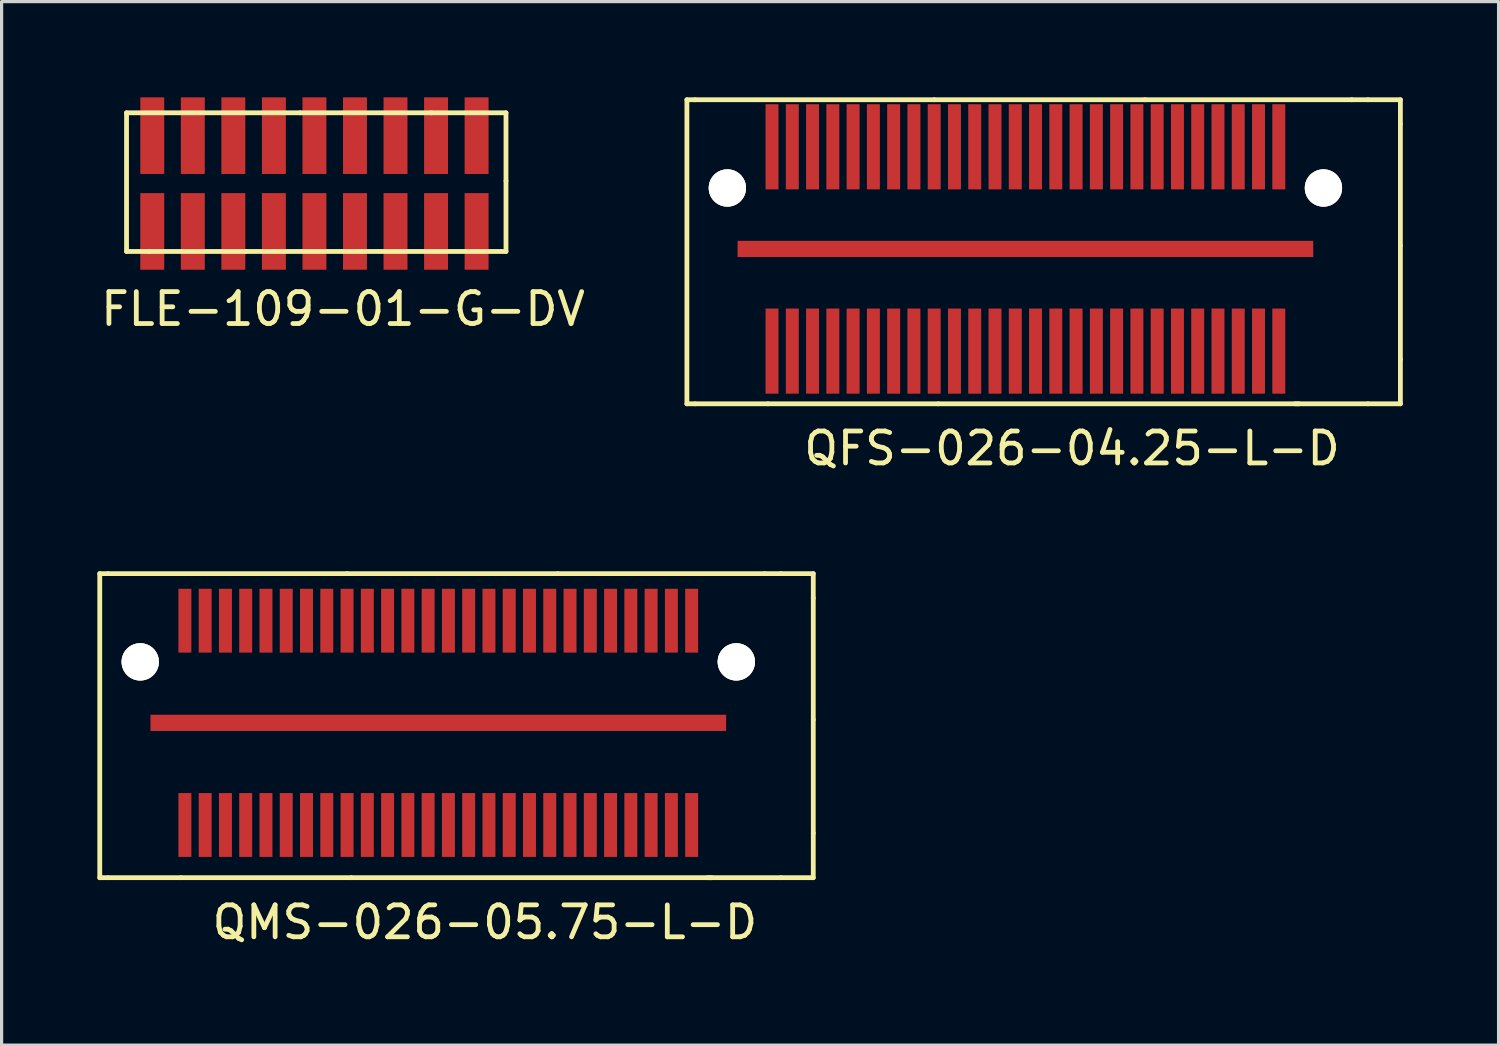
<source format=kicad_pcb>
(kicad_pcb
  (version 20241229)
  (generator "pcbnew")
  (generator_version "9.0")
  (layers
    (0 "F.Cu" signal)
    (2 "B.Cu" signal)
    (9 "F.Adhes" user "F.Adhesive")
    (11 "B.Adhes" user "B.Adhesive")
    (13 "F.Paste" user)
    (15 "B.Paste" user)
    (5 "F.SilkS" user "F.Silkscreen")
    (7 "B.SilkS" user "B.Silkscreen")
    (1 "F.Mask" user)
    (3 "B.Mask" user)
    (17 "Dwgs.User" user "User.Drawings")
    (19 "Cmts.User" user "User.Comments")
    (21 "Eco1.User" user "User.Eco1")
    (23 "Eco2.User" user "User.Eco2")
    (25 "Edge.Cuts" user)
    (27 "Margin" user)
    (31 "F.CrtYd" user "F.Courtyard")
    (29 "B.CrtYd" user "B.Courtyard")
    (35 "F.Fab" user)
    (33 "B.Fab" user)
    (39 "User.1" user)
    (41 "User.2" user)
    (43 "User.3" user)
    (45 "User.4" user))
  (footprint "QFS-026-04.25-L-D"
    (layer "F.Cu")
    (at 29.009 5.028)
    (property "Reference" "QFS-026-04.25-L-D" (at 1.524 5.969 0) (layer "F.SilkS") (effects (font (size 1 1) (thickness 0.15))))
    (attr through_hole)
    (fp_line (start -10.541 -4.953) (end -10.287 -4.953) (stroke (width 0.15) (type solid)) (layer "F.SilkS"))
    (fp_line (start -10.541 4.572) (end -10.541 -4.953) (stroke (width 0.15) (type solid)) (layer "F.SilkS"))
    (fp_line (start -10.287 -4.953) (end -2.794 -4.953) (stroke (width 0.15) (type solid)) (layer "F.SilkS"))
    (fp_line (start -10.287 4.572) (end -10.541 4.572) (stroke (width 0.15) (type solid)) (layer "F.SilkS"))
    (fp_line (start -8.001 4.572) (end -10.287 4.572) (stroke (width 0.15) (type solid)) (layer "F.SilkS"))
    (fp_line (start -2.794 -4.953) (end 3.81 -4.953) (stroke (width 0.15) (type solid)) (layer "F.SilkS"))
    (fp_line (start -2.667 4.572) (end -8.001 4.572) (stroke (width 0.15) (type solid)) (layer "F.SilkS"))
    (fp_line (start 3.81 -4.953) (end 10.287 -4.953) (stroke (width 0.15) (type solid)) (layer "F.SilkS"))
    (fp_line (start 8.509 4.572) (end 10.795 4.572) (stroke (width 0.15) (type solid)) (layer "F.SilkS"))
    (fp_line (start 8.636 4.572) (end -2.667 4.572) (stroke (width 0.15) (type solid)) (layer "F.SilkS"))
    (fp_line (start 10.287 -4.953) (end 10.795 -4.953) (stroke (width 0.15) (type solid)) (layer "F.SilkS"))
    (fp_line (start 10.795 4.572) (end 11.811 4.572) (stroke (width 0.15) (type solid)) (layer "F.SilkS"))
    (fp_line (start 11.811 -4.953) (end 10.795 -4.953) (stroke (width 0.15) (type solid)) (layer "F.SilkS"))
    (fp_line (start 11.811 -4.191) (end 11.811 -4.953) (stroke (width 0.15) (type solid)) (layer "F.SilkS"))
    (fp_line (start 11.811 -0.381) (end 11.811 -4.191) (stroke (width 0.15) (type solid)) (layer "F.SilkS"))
    (fp_line (start 11.811 3.175) (end 11.811 -0.381) (stroke (width 0.15) (type solid)) (layer "F.SilkS"))
    (fp_line (start 11.811 4.572) (end 11.811 3.175) (stroke (width 0.15) (type solid)) (layer "F.SilkS"))
    (pad "1" smd rect (at -7.874 -3.479 90) (size 2.667 0.406) (layers "F.Cu" "F.Mask" "F.Paste"))
    (pad "2" smd rect (at -7.874 2.921 90) (size 2.667 0.406) (layers "F.Cu" "F.Mask" "F.Paste"))
    (pad "3" smd rect (at -7.239 -3.479 90) (size 2.667 0.406) (layers "F.Cu" "F.Mask" "F.Paste"))
    (pad "4" smd rect (at -7.239 2.921 90) (size 2.667 0.406) (layers "F.Cu" "F.Mask" "F.Paste"))
    (pad "5" smd rect (at -6.604 -3.479 90) (size 2.667 0.406) (layers "F.Cu" "F.Mask" "F.Paste"))
    (pad "6" smd rect (at -6.604 2.921 90) (size 2.667 0.406) (layers "F.Cu" "F.Mask" "F.Paste"))
    (pad "7" smd rect (at -5.969 -3.479 90) (size 2.667 0.406) (layers "F.Cu" "F.Mask" "F.Paste"))
    (pad "8" smd rect (at -5.969 2.921 90) (size 2.667 0.406) (layers "F.Cu" "F.Mask" "F.Paste"))
    (pad "9" smd rect (at -5.334 -3.479 90) (size 2.667 0.406) (layers "F.Cu" "F.Mask" "F.Paste"))
    (pad "10" smd rect (at -5.334 2.921 90) (size 2.667 0.406) (layers "F.Cu" "F.Mask" "F.Paste"))
    (pad "11" smd rect (at -4.699 -3.479 90) (size 2.667 0.406) (layers "F.Cu" "F.Mask" "F.Paste"))
    (pad "12" smd rect (at -4.699 2.921 90) (size 2.667 0.406) (layers "F.Cu" "F.Mask" "F.Paste"))
    (pad "13" smd rect (at -4.064 -3.479 90) (size 2.667 0.406) (layers "F.Cu" "F.Mask" "F.Paste"))
    (pad "14" smd rect (at -4.064 2.921 90) (size 2.667 0.406) (layers "F.Cu" "F.Mask" "F.Paste"))
    (pad "15" smd rect (at -3.429 -3.479 90) (size 2.667 0.406) (layers "F.Cu" "F.Mask" "F.Paste"))
    (pad "16" smd rect (at -3.429 2.921 90) (size 2.667 0.406) (layers "F.Cu" "F.Mask" "F.Paste"))
    (pad "17" smd rect (at -2.794 -3.479 90) (size 2.667 0.406) (layers "F.Cu" "F.Mask" "F.Paste"))
    (pad "18" smd rect (at -2.794 2.921 90) (size 2.667 0.406) (layers "F.Cu" "F.Mask" "F.Paste"))
    (pad "19" smd rect (at -2.159 -3.479 90) (size 2.667 0.406) (layers "F.Cu" "F.Mask" "F.Paste"))
    (pad "20" smd rect (at -2.159 2.921 90) (size 2.667 0.406) (layers "F.Cu" "F.Mask" "F.Paste"))
    (pad "21" smd rect (at -1.524 -3.479 90) (size 2.667 0.406) (layers "F.Cu" "F.Mask" "F.Paste"))
    (pad "22" smd rect (at -1.524 2.921 90) (size 2.667 0.406) (layers "F.Cu" "F.Mask" "F.Paste"))
    (pad "23" smd rect (at -0.889 -3.479 90) (size 2.667 0.406) (layers "F.Cu" "F.Mask" "F.Paste"))
    (pad "24" smd rect (at -0.889 2.921 90) (size 2.667 0.406) (layers "F.Cu" "F.Mask" "F.Paste"))
    (pad "25" smd rect (at -0.254 -3.479 90) (size 2.667 0.406) (layers "F.Cu" "F.Mask" "F.Paste"))
    (pad "26" smd rect (at -0.254 2.921 90) (size 2.667 0.406) (layers "F.Cu" "F.Mask" "F.Paste"))
    (pad "27" smd rect (at 0.381 -3.479 90) (size 2.667 0.406) (layers "F.Cu" "F.Mask" "F.Paste"))
    (pad "28" smd rect (at 0.381 2.921 90) (size 2.667 0.406) (layers "F.Cu" "F.Mask" "F.Paste"))
    (pad "29" smd rect (at 1.016 -3.479 90) (size 2.667 0.406) (layers "F.Cu" "F.Mask" "F.Paste"))
    (pad "30" smd rect (at 1.016 2.921 90) (size 2.667 0.406) (layers "F.Cu" "F.Mask" "F.Paste"))
    (pad "31" smd rect (at 1.651 -3.479 90) (size 2.667 0.406) (layers "F.Cu" "F.Mask" "F.Paste"))
    (pad "32" smd rect (at 1.651 2.921 90) (size 2.667 0.406) (layers "F.Cu" "F.Mask" "F.Paste"))
    (pad "33" smd rect (at 2.286 -3.479 90) (size 2.667 0.406) (layers "F.Cu" "F.Mask" "F.Paste"))
    (pad "34" smd rect (at 2.286 2.921 90) (size 2.667 0.406) (layers "F.Cu" "F.Mask" "F.Paste"))
    (pad "35" smd rect (at 2.921 -3.479 90) (size 2.667 0.406) (layers "F.Cu" "F.Mask" "F.Paste"))
    (pad "36" smd rect (at 2.921 2.921 90) (size 2.667 0.406) (layers "F.Cu" "F.Mask" "F.Paste"))
    (pad "37" smd rect (at 3.556 -3.479 90) (size 2.667 0.406) (layers "F.Cu" "F.Mask" "F.Paste"))
    (pad "38" smd rect (at 3.556 2.921 90) (size 2.667 0.406) (layers "F.Cu" "F.Mask" "F.Paste"))
    (pad "39" smd rect (at 4.191 -3.479 90) (size 2.667 0.406) (layers "F.Cu" "F.Mask" "F.Paste"))
    (pad "40" smd rect (at 4.191 2.921 90) (size 2.667 0.406) (layers "F.Cu" "F.Mask" "F.Paste"))
    (pad "41" smd rect (at 4.826 -3.479 90) (size 2.667 0.406) (layers "F.Cu" "F.Mask" "F.Paste"))
    (pad "42" smd rect (at 4.826 2.921 90) (size 2.667 0.406) (layers "F.Cu" "F.Mask" "F.Paste"))
    (pad "43" smd rect (at 5.461 -3.479 90) (size 2.667 0.406) (layers "F.Cu" "F.Mask" "F.Paste"))
    (pad "44" smd rect (at 5.461 2.921 90) (size 2.667 0.406) (layers "F.Cu" "F.Mask" "F.Paste"))
    (pad "45" smd rect (at 6.096 -3.479 90) (size 2.667 0.406) (layers "F.Cu" "F.Mask" "F.Paste"))
    (pad "46" smd rect (at 6.096 2.921 90) (size 2.667 0.406) (layers "F.Cu" "F.Mask" "F.Paste"))
    (pad "47" smd rect (at 6.731 -3.479 90) (size 2.667 0.406) (layers "F.Cu" "F.Mask" "F.Paste"))
    (pad "48" smd rect (at 6.731 2.921 90) (size 2.667 0.406) (layers "F.Cu" "F.Mask" "F.Paste"))
    (pad "49" smd rect (at 7.366 -3.479 90) (size 2.667 0.406) (layers "F.Cu" "F.Mask" "F.Paste"))
    (pad "50" smd rect (at 7.366 2.921 90) (size 2.667 0.406) (layers "F.Cu" "F.Mask" "F.Paste"))
    (pad "51" smd rect (at 8.001 -3.479 90) (size 2.667 0.406) (layers "F.Cu" "F.Mask" "F.Paste"))
    (pad "52" smd rect (at 8.001 2.921 90) (size 2.667 0.406) (layers "F.Cu" "F.Mask" "F.Paste"))
    (pad "105" smd rect (at 0.064 -0.279) (size 18.034 0.508) (layers "F.Cu" "F.Mask" "F.Paste"))
    (pad "107" thru_hole circle (at -9.273 -2.189 90) (size 1.168 1.168) (drill 1.168) (layers "*.Cu" "*.Mask" "F.SilkS"))
    (pad "107" thru_hole circle (at 9.4 -2.189 90) (size 1.168 1.168) (drill 1.168) (layers "*.Cu" "*.Mask" "F.SilkS")))
  (footprint "QMS-026-05.75-L-D"
    (layer "F.Cu")
    (at 10.616 19.873)
    (property "Reference" "QMS-026-05.75-L-D" (at 1.524 5.969 0) (layer "F.SilkS") (effects (font (size 1 1) (thickness 0.15))))
    (attr through_hole)
    (fp_line (start -10.541 -4.953) (end -10.287 -4.953) (stroke (width 0.15) (type solid)) (layer "F.SilkS"))
    (fp_line (start -10.541 4.572) (end -10.541 -4.953) (stroke (width 0.15) (type solid)) (layer "F.SilkS"))
    (fp_line (start -10.287 -4.953) (end -2.794 -4.953) (stroke (width 0.15) (type solid)) (layer "F.SilkS"))
    (fp_line (start -10.287 4.572) (end -10.541 4.572) (stroke (width 0.15) (type solid)) (layer "F.SilkS"))
    (fp_line (start -8.001 4.572) (end -10.287 4.572) (stroke (width 0.15) (type solid)) (layer "F.SilkS"))
    (fp_line (start -2.794 -4.953) (end 3.81 -4.953) (stroke (width 0.15) (type solid)) (layer "F.SilkS"))
    (fp_line (start -2.667 4.572) (end -8.001 4.572) (stroke (width 0.15) (type solid)) (layer "F.SilkS"))
    (fp_line (start 3.81 -4.953) (end 10.287 -4.953) (stroke (width 0.15) (type solid)) (layer "F.SilkS"))
    (fp_line (start 8.509 4.572) (end 10.795 4.572) (stroke (width 0.15) (type solid)) (layer "F.SilkS"))
    (fp_line (start 8.636 4.572) (end -2.667 4.572) (stroke (width 0.15) (type solid)) (layer "F.SilkS"))
    (fp_line (start 10.287 -4.953) (end 10.795 -4.953) (stroke (width 0.15) (type solid)) (layer "F.SilkS"))
    (fp_line (start 10.795 4.572) (end 11.811 4.572) (stroke (width 0.15) (type solid)) (layer "F.SilkS"))
    (fp_line (start 11.811 -4.953) (end 10.795 -4.953) (stroke (width 0.15) (type solid)) (layer "F.SilkS"))
    (fp_line (start 11.811 -4.191) (end 11.811 -4.953) (stroke (width 0.15) (type solid)) (layer "F.SilkS"))
    (fp_line (start 11.811 -0.381) (end 11.811 -4.191) (stroke (width 0.15) (type solid)) (layer "F.SilkS"))
    (fp_line (start 11.811 3.175) (end 11.811 -0.381) (stroke (width 0.15) (type solid)) (layer "F.SilkS"))
    (fp_line (start 11.811 4.572) (end 11.811 3.175) (stroke (width 0.15) (type solid)) (layer "F.SilkS"))
    (pad "1" smd rect (at -7.874 2.921 90) (size 2 0.406) (layers "F.Cu" "F.Mask" "F.Paste"))
    (pad "2" smd rect (at -7.874 -3.479 90) (size 2 0.406) (layers "F.Cu" "F.Mask" "F.Paste"))
    (pad "3" smd rect (at -7.239 2.921 90) (size 2 0.406) (layers "F.Cu" "F.Mask" "F.Paste"))
    (pad "4" smd rect (at -7.239 -3.479 90) (size 2 0.406) (layers "F.Cu" "F.Mask" "F.Paste"))
    (pad "5" smd rect (at -6.604 2.921 90) (size 2 0.406) (layers "F.Cu" "F.Mask" "F.Paste"))
    (pad "6" smd rect (at -6.604 -3.479 90) (size 2 0.406) (layers "F.Cu" "F.Mask" "F.Paste"))
    (pad "7" smd rect (at -5.969 2.921 90) (size 2 0.406) (layers "F.Cu" "F.Mask" "F.Paste"))
    (pad "8" smd rect (at -5.969 -3.479 90) (size 2 0.406) (layers "F.Cu" "F.Mask" "F.Paste"))
    (pad "9" smd rect (at -5.334 2.921 90) (size 2 0.406) (layers "F.Cu" "F.Mask" "F.Paste"))
    (pad "10" smd rect (at -5.334 -3.479 90) (size 2 0.406) (layers "F.Cu" "F.Mask" "F.Paste"))
    (pad "11" smd rect (at -4.699 2.921 90) (size 2 0.406) (layers "F.Cu" "F.Mask" "F.Paste"))
    (pad "12" smd rect (at -4.699 -3.479 90) (size 2 0.406) (layers "F.Cu" "F.Mask" "F.Paste"))
    (pad "13" smd rect (at -4.064 2.921 90) (size 2 0.406) (layers "F.Cu" "F.Mask" "F.Paste"))
    (pad "14" smd rect (at -4.064 -3.479 90) (size 2 0.406) (layers "F.Cu" "F.Mask" "F.Paste"))
    (pad "15" smd rect (at -3.429 2.921 90) (size 2 0.406) (layers "F.Cu" "F.Mask" "F.Paste"))
    (pad "16" smd rect (at -3.429 -3.479 90) (size 2 0.406) (layers "F.Cu" "F.Mask" "F.Paste"))
    (pad "17" smd rect (at -2.794 2.921 90) (size 2 0.406) (layers "F.Cu" "F.Mask" "F.Paste"))
    (pad "18" smd rect (at -2.794 -3.479 90) (size 2 0.406) (layers "F.Cu" "F.Mask" "F.Paste"))
    (pad "19" smd rect (at -2.159 2.921 90) (size 2 0.406) (layers "F.Cu" "F.Mask" "F.Paste"))
    (pad "20" smd rect (at -2.159 -3.479 90) (size 2 0.406) (layers "F.Cu" "F.Mask" "F.Paste"))
    (pad "21" smd rect (at -1.524 2.921 90) (size 2 0.406) (layers "F.Cu" "F.Mask" "F.Paste"))
    (pad "22" smd rect (at -1.524 -3.479 90) (size 2 0.406) (layers "F.Cu" "F.Mask" "F.Paste"))
    (pad "23" smd rect (at -0.889 2.921 90) (size 2 0.406) (layers "F.Cu" "F.Mask" "F.Paste"))
    (pad "24" smd rect (at -0.889 -3.479 90) (size 2 0.406) (layers "F.Cu" "F.Mask" "F.Paste"))
    (pad "25" smd rect (at -0.254 2.921 90) (size 2 0.406) (layers "F.Cu" "F.Mask" "F.Paste"))
    (pad "26" smd rect (at -0.254 -3.479 90) (size 2 0.406) (layers "F.Cu" "F.Mask" "F.Paste"))
    (pad "27" smd rect (at 0.381 2.921 90) (size 2 0.406) (layers "F.Cu" "F.Mask" "F.Paste"))
    (pad "28" smd rect (at 0.381 -3.479 90) (size 2 0.406) (layers "F.Cu" "F.Mask" "F.Paste"))
    (pad "29" smd rect (at 1.016 2.921 90) (size 2 0.406) (layers "F.Cu" "F.Mask" "F.Paste"))
    (pad "30" smd rect (at 1.016 -3.479 90) (size 2 0.406) (layers "F.Cu" "F.Mask" "F.Paste"))
    (pad "31" smd rect (at 1.651 2.921 90) (size 2 0.406) (layers "F.Cu" "F.Mask" "F.Paste"))
    (pad "32" smd rect (at 1.651 -3.479 90) (size 2 0.406) (layers "F.Cu" "F.Mask" "F.Paste"))
    (pad "33" smd rect (at 2.286 2.921 90) (size 2 0.406) (layers "F.Cu" "F.Mask" "F.Paste"))
    (pad "34" smd rect (at 2.286 -3.479 90) (size 2 0.406) (layers "F.Cu" "F.Mask" "F.Paste"))
    (pad "35" smd rect (at 2.921 2.921 90) (size 2 0.406) (layers "F.Cu" "F.Mask" "F.Paste"))
    (pad "36" smd rect (at 2.921 -3.479 90) (size 2 0.406) (layers "F.Cu" "F.Mask" "F.Paste"))
    (pad "37" smd rect (at 3.556 2.921 90) (size 2 0.406) (layers "F.Cu" "F.Mask" "F.Paste"))
    (pad "38" smd rect (at 3.556 -3.479 90) (size 2 0.406) (layers "F.Cu" "F.Mask" "F.Paste"))
    (pad "39" smd rect (at 4.191 2.921 90) (size 2 0.406) (layers "F.Cu" "F.Mask" "F.Paste"))
    (pad "40" smd rect (at 4.191 -3.479 90) (size 2 0.406) (layers "F.Cu" "F.Mask" "F.Paste"))
    (pad "41" smd rect (at 4.826 2.921 90) (size 2 0.406) (layers "F.Cu" "F.Mask" "F.Paste"))
    (pad "42" smd rect (at 4.826 -3.479 90) (size 2 0.406) (layers "F.Cu" "F.Mask" "F.Paste"))
    (pad "43" smd rect (at 5.461 2.921 90) (size 2 0.406) (layers "F.Cu" "F.Mask" "F.Paste"))
    (pad "44" smd rect (at 5.461 -3.479 90) (size 2 0.406) (layers "F.Cu" "F.Mask" "F.Paste"))
    (pad "45" smd rect (at 6.096 2.921 90) (size 2 0.406) (layers "F.Cu" "F.Mask" "F.Paste"))
    (pad "46" smd rect (at 6.096 -3.479 90) (size 2 0.406) (layers "F.Cu" "F.Mask" "F.Paste"))
    (pad "47" smd rect (at 6.731 2.921 90) (size 2 0.406) (layers "F.Cu" "F.Mask" "F.Paste"))
    (pad "48" smd rect (at 6.731 -3.479 90) (size 2 0.406) (layers "F.Cu" "F.Mask" "F.Paste"))
    (pad "49" smd rect (at 7.366 2.921 90) (size 2 0.406) (layers "F.Cu" "F.Mask" "F.Paste"))
    (pad "50" smd rect (at 7.366 -3.479 90) (size 2 0.406) (layers "F.Cu" "F.Mask" "F.Paste"))
    (pad "51" smd rect (at 8.001 2.921 90) (size 2 0.406) (layers "F.Cu" "F.Mask" "F.Paste"))
    (pad "52" smd rect (at 8.001 -3.479 90) (size 2 0.406) (layers "F.Cu" "F.Mask" "F.Paste"))
    (pad "105" smd rect (at 0.064 -0.279) (size 18.034 0.508) (layers "F.Cu" "F.Mask" "F.Paste"))
    (pad "107" thru_hole circle (at -9.273 -2.189 90) (size 1.168 1.168) (drill 1.168) (layers "*.Cu" "*.Mask" "F.SilkS"))
    (pad "107" thru_hole circle (at 9.4 -2.189 90) (size 1.168 1.168) (drill 1.168) (layers "*.Cu" "*.Mask" "F.SilkS")))
  (footprint "FLE-109-01-G-DV"
    (layer "F.Cu")
    (at 9.22 4.7)
    (property "Reference" "FLE-109-01-G-DV" (at -1.524 1.93 0) (layer "F.SilkS") (effects (font (size 1 1) (thickness 0.15))))
    (attr through_hole)
    (fp_line (start -8.306 -4.216) (end -2.87 -4.216) (stroke (width 0.15) (type solid)) (layer "F.SilkS"))
    (fp_line (start -8.306 0.127) (end -8.306 -4.216) (stroke (width 0.15) (type solid)) (layer "F.SilkS"))
    (fp_line (start -7.595 0.127) (end -8.306 0.127) (stroke (width 0.15) (type solid)) (layer "F.SilkS"))
    (fp_line (start -4.572 0.127) (end -7.595 0.127) (stroke (width 0.15) (type solid)) (layer "F.SilkS"))
    (fp_line (start -2.87 -4.216) (end 1.245 -4.216) (stroke (width 0.15) (type solid)) (layer "F.SilkS"))
    (fp_line (start -0.94 0.127) (end -4.572 0.127) (stroke (width 0.15) (type solid)) (layer "F.SilkS"))
    (fp_line (start 1.245 -4.216) (end 3.581 -4.216) (stroke (width 0.15) (type solid)) (layer "F.SilkS"))
    (fp_line (start 3.581 -4.216) (end 3.581 -2.083) (stroke (width 0.15) (type solid)) (layer "F.SilkS"))
    (fp_line (start 3.581 -2.083) (end 3.581 0.127) (stroke (width 0.15) (type solid)) (layer "F.SilkS"))
    (fp_line (start 3.581 0.127) (end -0.94 0.127) (stroke (width 0.15) (type solid)) (layer "F.SilkS"))
    (pad "1" smd rect (at -7.5 -3.5 90) (size 2.4 0.75) (layers "F.Cu" "F.Mask" "F.Paste"))
    (pad "2" smd rect (at -7.5 -0.5 90) (size 2.4 0.75) (layers "F.Cu" "F.Mask" "F.Paste"))
    (pad "3" smd rect (at -6.23 -3.5 90) (size 2.4 0.75) (layers "F.Cu" "F.Mask" "F.Paste"))
    (pad "4" smd rect (at -6.23 -0.5 90) (size 2.4 0.75) (layers "F.Cu" "F.Mask" "F.Paste"))
    (pad "5" smd rect (at -4.96 -3.5 90) (size 2.4 0.75) (layers "F.Cu" "F.Mask" "F.Paste"))
    (pad "6" smd rect (at -4.96 -0.5 90) (size 2.4 0.75) (layers "F.Cu" "F.Mask" "F.Paste"))
    (pad "7" smd rect (at -3.69 -3.5 90) (size 2.4 0.75) (layers "F.Cu" "F.Mask" "F.Paste"))
    (pad "8" smd rect (at -3.69 -0.5 90) (size 2.4 0.75) (layers "F.Cu" "F.Mask" "F.Paste"))
    (pad "9" smd rect (at -2.42 -3.5 90) (size 2.4 0.75) (layers "F.Cu" "F.Mask" "F.Paste"))
    (pad "10" smd rect (at -2.42 -0.5 90) (size 2.4 0.75) (layers "F.Cu" "F.Mask" "F.Paste"))
    (pad "11" smd rect (at -1.15 -3.5 90) (size 2.4 0.75) (layers "F.Cu" "F.Mask" "F.Paste"))
    (pad "12" smd rect (at -1.15 -0.5 90) (size 2.4 0.75) (layers "F.Cu" "F.Mask" "F.Paste"))
    (pad "13" smd rect (at 0.12 -3.5 90) (size 2.4 0.75) (layers "F.Cu" "F.Mask" "F.Paste"))
    (pad "14" smd rect (at 0.12 -0.5 90) (size 2.4 0.75) (layers "F.Cu" "F.Mask" "F.Paste"))
    (pad "15" smd rect (at 1.39 -3.5 90) (size 2.4 0.75) (layers "F.Cu" "F.Mask" "F.Paste"))
    (pad "16" smd rect (at 1.39 -0.5 90) (size 2.4 0.75) (layers "F.Cu" "F.Mask" "F.Paste"))
    (pad "17" smd rect (at 2.66 -3.5 90) (size 2.4 0.75) (layers "F.Cu" "F.Mask" "F.Paste"))
    (pad "18" smd rect (at 2.66 -0.5 90) (size 2.4 0.75) (layers "F.Cu" "F.Mask" "F.Paste")))
  (gr_rect
    (start -3 -3)
    (end 43.895 29.691)
    (stroke (width 0.1) (type default))
    (fill no)
    (layer "Edge.Cuts")))
</source>
